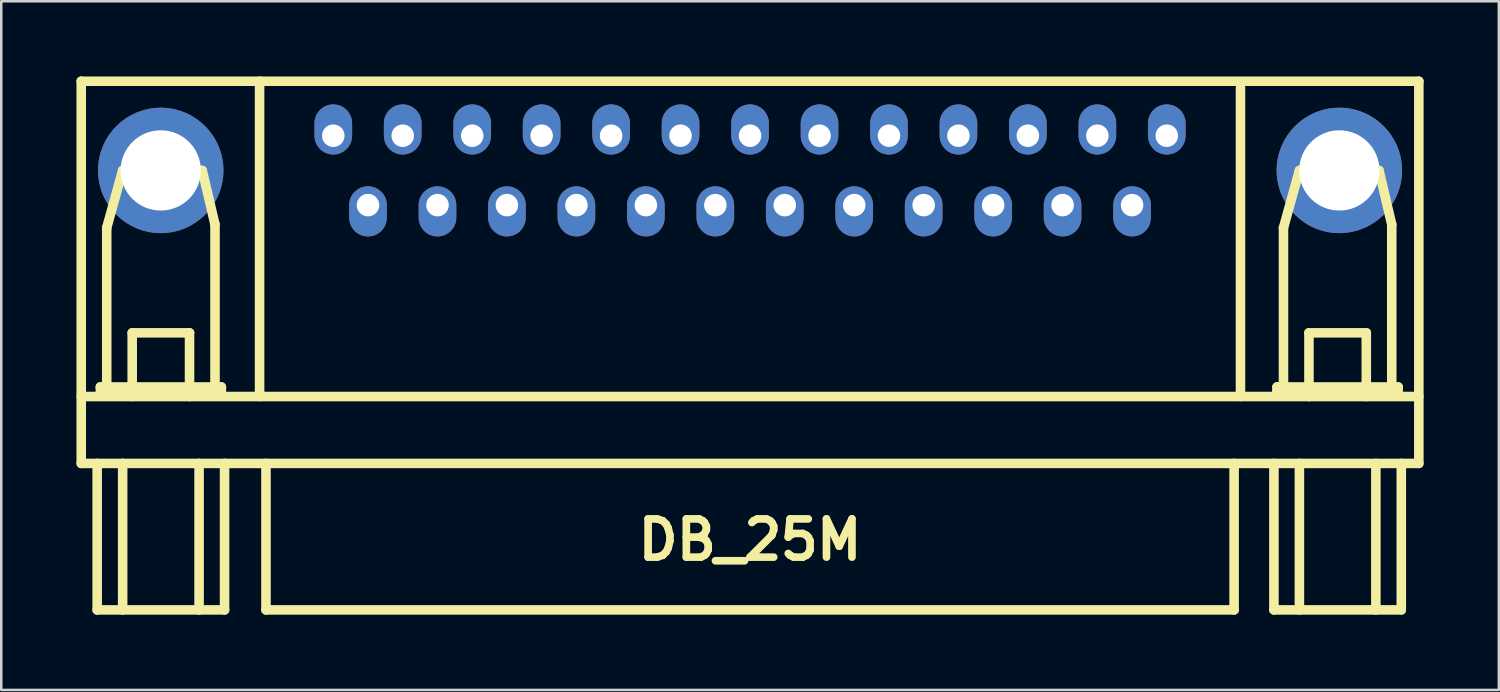
<source format=kicad_pcb>
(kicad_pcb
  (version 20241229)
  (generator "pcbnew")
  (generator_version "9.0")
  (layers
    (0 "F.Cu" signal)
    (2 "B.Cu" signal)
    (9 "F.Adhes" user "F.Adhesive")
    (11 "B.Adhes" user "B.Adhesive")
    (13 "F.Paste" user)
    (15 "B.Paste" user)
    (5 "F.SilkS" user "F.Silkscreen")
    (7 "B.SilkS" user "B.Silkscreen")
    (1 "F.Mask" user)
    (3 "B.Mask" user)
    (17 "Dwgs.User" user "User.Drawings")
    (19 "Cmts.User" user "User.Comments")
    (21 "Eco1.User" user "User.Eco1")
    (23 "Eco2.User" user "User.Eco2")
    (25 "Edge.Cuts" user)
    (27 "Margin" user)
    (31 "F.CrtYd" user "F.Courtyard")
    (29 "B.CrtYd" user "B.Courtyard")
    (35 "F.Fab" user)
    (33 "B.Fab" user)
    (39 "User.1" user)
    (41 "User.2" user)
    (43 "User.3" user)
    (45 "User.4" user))
  (footprint "DB_25M"
    (layer "F.Cu")
    (at 26.86 10.858)
    (property "Reference" "DB_25M" (at 0 7.62 0) (layer "F.SilkS") (effects (font (size 1.524 1.524) (thickness 0.305))))
    (attr through_hole)
    (fp_line (start -26.67 -10.668) (end -26.67 4.572) (stroke (width 0.381) (type solid)) (layer "F.SilkS"))
    (fp_line (start -26.67 1.905) (end 26.67 1.905) (stroke (width 0.381) (type solid)) (layer "F.SilkS"))
    (fp_line (start -26.035 4.572) (end -26.035 10.414) (stroke (width 0.381) (type solid)) (layer "F.SilkS"))
    (fp_line (start -26.035 10.414) (end -20.955 10.414) (stroke (width 0.381) (type solid)) (layer "F.SilkS"))
    (fp_line (start -25.908 1.524) (end -25.908 1.778) (stroke (width 0.381) (type solid)) (layer "F.SilkS"))
    (fp_line (start -25.908 1.778) (end -21.082 1.778) (stroke (width 0.381) (type solid)) (layer "F.SilkS"))
    (fp_line (start -25.654 -4.826) (end -25.019 -7.112) (stroke (width 0.381) (type solid)) (layer "F.SilkS"))
    (fp_line (start -25.654 1.524) (end -25.654 -4.826) (stroke (width 0.381) (type solid)) (layer "F.SilkS"))
    (fp_line (start -25.019 -7.112) (end -21.844 -7.112) (stroke (width 0.381) (type solid)) (layer "F.SilkS"))
    (fp_line (start -25.019 4.572) (end -25.019 10.414) (stroke (width 0.381) (type solid)) (layer "F.SilkS"))
    (fp_line (start -24.638 -0.635) (end -22.352 -0.635) (stroke (width 0.381) (type solid)) (layer "F.SilkS"))
    (fp_line (start -24.638 1.905) (end -24.638 -0.635) (stroke (width 0.381) (type solid)) (layer "F.SilkS"))
    (fp_line (start -22.352 -0.635) (end -22.352 1.905) (stroke (width 0.381) (type solid)) (layer "F.SilkS"))
    (fp_line (start -21.971 4.572) (end -21.971 10.414) (stroke (width 0.381) (type solid)) (layer "F.SilkS"))
    (fp_line (start -21.844 -7.112) (end -21.336 -4.953) (stroke (width 0.381) (type solid)) (layer "F.SilkS"))
    (fp_line (start -21.336 -4.953) (end -21.336 1.524) (stroke (width 0.381) (type solid)) (layer "F.SilkS"))
    (fp_line (start -21.082 1.524) (end -25.908 1.524) (stroke (width 0.381) (type solid)) (layer "F.SilkS"))
    (fp_line (start -21.082 1.778) (end -21.082 1.524) (stroke (width 0.381) (type solid)) (layer "F.SilkS"))
    (fp_line (start -20.955 4.572) (end -20.955 10.414) (stroke (width 0.381) (type solid)) (layer "F.SilkS"))
    (fp_line (start -19.558 1.905) (end -19.558 -10.668) (stroke (width 0.381) (type solid)) (layer "F.SilkS"))
    (fp_line (start -19.304 4.572) (end -19.304 10.414) (stroke (width 0.381) (type solid)) (layer "F.SilkS"))
    (fp_line (start 19.304 10.414) (end -19.304 10.414) (stroke (width 0.381) (type solid)) (layer "F.SilkS"))
    (fp_line (start 19.304 10.414) (end 19.304 4.572) (stroke (width 0.381) (type solid)) (layer "F.SilkS"))
    (fp_line (start 19.558 1.905) (end 19.558 -10.414) (stroke (width 0.381) (type solid)) (layer "F.SilkS"))
    (fp_line (start 20.892 4.572) (end 20.892 10.414) (stroke (width 0.381) (type solid)) (layer "F.SilkS"))
    (fp_line (start 20.892 10.414) (end 25.971 10.414) (stroke (width 0.381) (type solid)) (layer "F.SilkS"))
    (fp_line (start 21.018 1.524) (end 21.018 1.778) (stroke (width 0.381) (type solid)) (layer "F.SilkS"))
    (fp_line (start 21.018 1.524) (end 21.018 1.778) (stroke (width 0.381) (type solid)) (layer "F.SilkS"))
    (fp_line (start 21.018 1.778) (end 25.845 1.778) (stroke (width 0.381) (type solid)) (layer "F.SilkS"))
    (fp_line (start 21.273 -4.826) (end 21.907 -7.112) (stroke (width 0.381) (type solid)) (layer "F.SilkS"))
    (fp_line (start 21.273 1.524) (end 21.273 -4.826) (stroke (width 0.381) (type solid)) (layer "F.SilkS"))
    (fp_line (start 21.907 -7.112) (end 25.082 -7.112) (stroke (width 0.381) (type solid)) (layer "F.SilkS"))
    (fp_line (start 21.907 4.572) (end 21.907 10.414) (stroke (width 0.381) (type solid)) (layer "F.SilkS"))
    (fp_line (start 22.288 -0.635) (end 24.575 -0.635) (stroke (width 0.381) (type solid)) (layer "F.SilkS"))
    (fp_line (start 22.288 1.905) (end 22.288 -0.635) (stroke (width 0.381) (type solid)) (layer "F.SilkS"))
    (fp_line (start 24.575 -0.635) (end 24.575 1.905) (stroke (width 0.381) (type solid)) (layer "F.SilkS"))
    (fp_line (start 24.956 4.572) (end 24.956 10.414) (stroke (width 0.381) (type solid)) (layer "F.SilkS"))
    (fp_line (start 25.082 -7.112) (end 25.59 -4.953) (stroke (width 0.381) (type solid)) (layer "F.SilkS"))
    (fp_line (start 25.59 -4.953) (end 25.59 1.524) (stroke (width 0.381) (type solid)) (layer "F.SilkS"))
    (fp_line (start 25.845 1.524) (end 21.018 1.524) (stroke (width 0.381) (type solid)) (layer "F.SilkS"))
    (fp_line (start 25.845 1.778) (end 25.845 1.524) (stroke (width 0.381) (type solid)) (layer "F.SilkS"))
    (fp_line (start 25.971 4.572) (end 25.971 10.414) (stroke (width 0.381) (type solid)) (layer "F.SilkS"))
    (fp_line (start 26.67 -10.668) (end -26.67 -10.668) (stroke (width 0.381) (type solid)) (layer "F.SilkS"))
    (fp_line (start 26.67 -10.668) (end 26.67 4.572) (stroke (width 0.381) (type solid)) (layer "F.SilkS"))
    (fp_line (start 26.67 4.572) (end -26.67 4.572) (stroke (width 0.381) (type solid)) (layer "F.SilkS"))
    (pad "" thru_hole circle (at -23.5 -7.112) (size 5.001 5.001) (drill 3.2) (layers "*.Cu" "*.Mask"))
    (pad "" thru_hole circle (at 23.5 -7.112) (size 5.001 5.001) (drill 3.2) (layers "*.Cu" "*.Mask"))
    (pad "1" thru_hole oval (at -16.619 -8.496) (size 1.501 1.999) (drill 0.899 (offset 0 -0.249)) (layers "*.Cu" "*.Mask"))
    (pad "2" thru_hole oval (at -13.851 -8.496) (size 1.501 1.999) (drill 0.899 (offset 0 -0.249)) (layers "*.Cu" "*.Mask"))
    (pad "3" thru_hole oval (at -11.079 -8.496) (size 1.501 1.999) (drill 0.899 (offset 0 -0.249)) (layers "*.Cu" "*.Mask"))
    (pad "4" thru_hole oval (at -8.311 -8.496) (size 1.501 1.999) (drill 0.899 (offset 0 -0.249)) (layers "*.Cu" "*.Mask"))
    (pad "5" thru_hole oval (at -5.54 -8.496) (size 1.501 1.999) (drill 0.899 (offset 0 -0.249)) (layers "*.Cu" "*.Mask"))
    (pad "6" thru_hole oval (at -2.771 -8.496) (size 1.501 1.999) (drill 0.899 (offset 0 -0.249)) (layers "*.Cu" "*.Mask"))
    (pad "7" thru_hole oval (at 0 -8.496) (size 1.501 1.999) (drill 0.899 (offset 0 -0.249)) (layers "*.Cu" "*.Mask"))
    (pad "8" thru_hole oval (at 2.771 -8.496) (size 1.501 1.999) (drill 0.899 (offset 0 -0.249)) (layers "*.Cu" "*.Mask"))
    (pad "9" thru_hole oval (at 5.54 -8.496) (size 1.501 1.999) (drill 0.899 (offset 0 -0.249)) (layers "*.Cu" "*.Mask"))
    (pad "10" thru_hole oval (at 8.311 -8.496) (size 1.501 1.999) (drill 0.899 (offset 0 -0.249)) (layers "*.Cu" "*.Mask"))
    (pad "11" thru_hole oval (at 11.079 -8.496) (size 1.501 1.999) (drill 0.899 (offset 0 -0.249)) (layers "*.Cu" "*.Mask"))
    (pad "12" thru_hole oval (at 13.851 -8.496) (size 1.501 1.999) (drill 0.899 (offset 0 -0.249)) (layers "*.Cu" "*.Mask"))
    (pad "13" thru_hole oval (at 16.619 -8.496) (size 1.501 1.999) (drill 0.899 (offset 0 -0.249)) (layers "*.Cu" "*.Mask"))
    (pad "14" thru_hole oval (at -15.235 -5.728) (size 1.501 1.999) (drill 0.899 (offset 0 0.249)) (layers "*.Cu" "*.Mask"))
    (pad "15" thru_hole oval (at -12.464 -5.728) (size 1.501 1.999) (drill 0.899 (offset 0 0.249)) (layers "*.Cu" "*.Mask"))
    (pad "16" thru_hole oval (at -9.695 -5.728) (size 1.501 1.999) (drill 0.899 (offset 0 0.249)) (layers "*.Cu" "*.Mask"))
    (pad "17" thru_hole oval (at -6.924 -5.728) (size 1.501 1.999) (drill 0.899 (offset 0 0.249)) (layers "*.Cu" "*.Mask"))
    (pad "18" thru_hole oval (at -4.155 -5.728) (size 1.501 1.999) (drill 0.899 (offset 0 0.249)) (layers "*.Cu" "*.Mask"))
    (pad "19" thru_hole oval (at -1.384 -5.728) (size 1.501 1.999) (drill 0.899 (offset 0 0.249)) (layers "*.Cu" "*.Mask"))
    (pad "20" thru_hole oval (at 1.384 -5.728) (size 1.501 1.999) (drill 0.899 (offset 0 0.249)) (layers "*.Cu" "*.Mask"))
    (pad "21" thru_hole oval (at 4.155 -5.728) (size 1.501 1.999) (drill 0.899 (offset 0 0.249)) (layers "*.Cu" "*.Mask"))
    (pad "22" thru_hole oval (at 6.924 -5.728) (size 1.501 1.999) (drill 0.899 (offset 0 0.249)) (layers "*.Cu" "*.Mask"))
    (pad "23" thru_hole oval (at 9.695 -5.728) (size 1.501 1.999) (drill 0.899 (offset 0 0.249)) (layers "*.Cu" "*.Mask"))
    (pad "24" thru_hole oval (at 12.464 -5.728) (size 1.501 1.999) (drill 0.899 (offset 0 0.249)) (layers "*.Cu" "*.Mask"))
    (pad "25" thru_hole oval (at 15.235 -5.728) (size 1.501 1.999) (drill 0.899 (offset 0 0.249)) (layers "*.Cu" "*.Mask")))
  (gr_rect
    (start -3 -3)
    (end 56.721 24.463)
    (stroke (width 0.1) (type default))
    (fill no)
    (layer "Edge.Cuts")))
</source>
